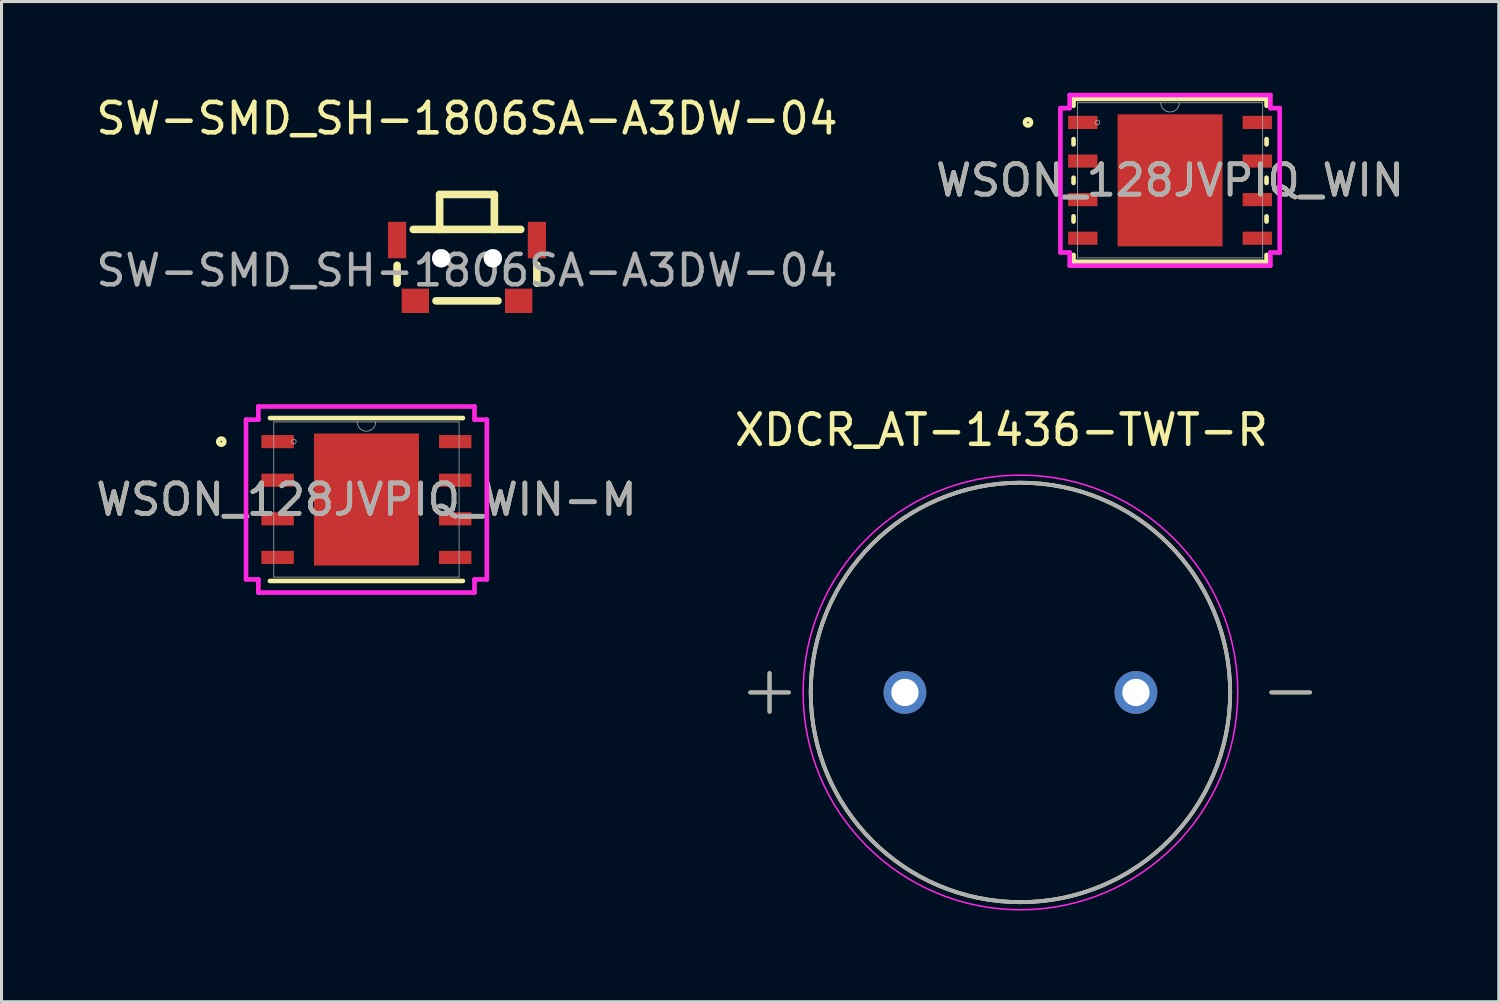
<source format=kicad_pcb>
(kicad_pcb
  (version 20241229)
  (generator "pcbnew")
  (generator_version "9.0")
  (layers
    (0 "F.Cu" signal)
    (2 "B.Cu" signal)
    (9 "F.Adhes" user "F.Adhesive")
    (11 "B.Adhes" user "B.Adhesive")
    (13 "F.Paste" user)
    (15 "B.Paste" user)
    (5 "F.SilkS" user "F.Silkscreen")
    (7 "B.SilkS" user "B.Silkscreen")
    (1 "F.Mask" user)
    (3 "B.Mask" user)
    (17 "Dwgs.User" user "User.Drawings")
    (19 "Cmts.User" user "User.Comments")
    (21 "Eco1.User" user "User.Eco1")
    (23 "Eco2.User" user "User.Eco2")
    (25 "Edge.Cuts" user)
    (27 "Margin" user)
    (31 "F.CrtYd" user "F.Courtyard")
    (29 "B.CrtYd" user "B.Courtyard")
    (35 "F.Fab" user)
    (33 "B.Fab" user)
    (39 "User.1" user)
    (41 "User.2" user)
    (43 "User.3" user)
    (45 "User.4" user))
  (footprint "WSON_128JVPIQ_WIN-M"
    (layer "F.Cu")
    (at 9.006 13.385)
    (property "Reference" "WSON_128JVPIQ_WIN-M" (at 0 0 0) (unlocked yes) (layer "F.SilkS") (effects (font (size 1 1) (thickness 0.15))))
    (attr smd)
    (fp_line (start -3.175 2.68) (end 3.175 2.68) (stroke (width 0.152) (type solid)) (layer "F.SilkS"))
    (fp_line (start 3.175 -2.68) (end -3.175 -2.68) (stroke (width 0.152) (type solid)) (layer "F.SilkS"))
    (fp_circle (center -4.775 -1.905) (end -4.674 -1.905) (stroke (width 0.152) (type solid)) (fill no) (layer "F.SilkS"))
    (fp_poly (pts (xy -1.627 -2.072) (xy -1.627 -0.824) (xy -0.1 -0.824) (xy -0.1 -2.072)) (stroke (width 0) (type solid)) (fill yes) (layer "F.Paste"))
    (fp_poly (pts (xy -1.627 -0.624) (xy -1.627 0.624) (xy -0.1 0.624) (xy -0.1 -0.624)) (stroke (width 0) (type solid)) (fill yes) (layer "F.Paste"))
    (fp_poly (pts (xy -1.627 0.824) (xy -1.627 2.072) (xy -0.1 2.072) (xy -0.1 0.824)) (stroke (width 0) (type solid)) (fill yes) (layer "F.Paste"))
    (fp_poly (pts (xy 0.1 -2.072) (xy 0.1 -0.824) (xy 1.627 -0.824) (xy 1.627 -2.072)) (stroke (width 0) (type solid)) (fill yes) (layer "F.Paste"))
    (fp_poly (pts (xy 0.1 -0.624) (xy 0.1 0.624) (xy 1.627 0.624) (xy 1.627 -0.624)) (stroke (width 0) (type solid)) (fill yes) (layer "F.Paste"))
    (fp_poly (pts (xy 0.1 0.824) (xy 0.1 2.072) (xy 1.627 2.072) (xy 1.627 0.824)) (stroke (width 0) (type solid)) (fill yes) (layer "F.Paste"))
    (fp_line (start -3.962 -2.629) (end -3.556 -2.629) (stroke (width 0.152) (type solid)) (layer "F.CrtYd"))
    (fp_line (start -3.962 2.629) (end -3.962 -2.629) (stroke (width 0.152) (type solid)) (layer "F.CrtYd"))
    (fp_line (start -3.962 2.629) (end -3.556 2.629) (stroke (width 0.152) (type solid)) (layer "F.CrtYd"))
    (fp_line (start -3.556 -3.061) (end 3.556 -3.061) (stroke (width 0.152) (type solid)) (layer "F.CrtYd"))
    (fp_line (start -3.556 -2.629) (end -3.556 -3.061) (stroke (width 0.152) (type solid)) (layer "F.CrtYd"))
    (fp_line (start -3.556 3.061) (end -3.556 2.629) (stroke (width 0.152) (type solid)) (layer "F.CrtYd"))
    (fp_line (start 3.556 -3.061) (end 3.556 -2.629) (stroke (width 0.152) (type solid)) (layer "F.CrtYd"))
    (fp_line (start 3.556 2.629) (end 3.556 3.061) (stroke (width 0.152) (type solid)) (layer "F.CrtYd"))
    (fp_line (start 3.556 3.061) (end -3.556 3.061) (stroke (width 0.152) (type solid)) (layer "F.CrtYd"))
    (fp_line (start 3.962 -2.629) (end 3.556 -2.629) (stroke (width 0.152) (type solid)) (layer "F.CrtYd"))
    (fp_line (start 3.962 -2.629) (end 3.962 2.629) (stroke (width 0.152) (type solid)) (layer "F.CrtYd"))
    (fp_line (start 3.962 2.629) (end 3.556 2.629) (stroke (width 0.152) (type solid)) (layer "F.CrtYd"))
    (fp_line (start -3.048 -2.553) (end -3.048 2.553) (stroke (width 0.025) (type solid)) (layer "F.Fab"))
    (fp_line (start -3.048 2.553) (end 3.048 2.553) (stroke (width 0.025) (type solid)) (layer "F.Fab"))
    (fp_line (start 3.048 -2.553) (end -3.048 -2.553) (stroke (width 0.025) (type solid)) (layer "F.Fab"))
    (fp_line (start 3.048 2.553) (end 3.048 -2.553) (stroke (width 0.025) (type solid)) (layer "F.Fab"))
    (fp_arc (start 0.3048 -2.5527) (mid 0 -2.2479) (end -0.3048 -2.5527) (stroke (width 0.0254) (type solid)) (layer "F.Fab"))
    (fp_circle (center -2.388 -1.905) (end -2.311 -1.905) (stroke (width 0.025) (type solid)) (fill no) (layer "F.Fab"))
    (fp_text user "${REFERENCE}" (at 0 0 0) (unlocked yes) (layer "F.Fab") (effects (font (size 1 1) (thickness 0.15))))
    (pad "1" smd rect (at -2.921 -1.905) (size 1.067 0.432) (layers "F.Cu" "F.Mask" "F.Paste"))
    (pad "2" smd rect (at -2.921 -0.635) (size 1.067 0.432) (layers "F.Cu" "F.Mask" "F.Paste"))
    (pad "3" smd rect (at -2.921 0.635) (size 1.067 0.432) (layers "F.Cu" "F.Mask" "F.Paste"))
    (pad "4" smd rect (at -2.921 1.905) (size 1.067 0.432) (layers "F.Cu" "F.Mask" "F.Paste"))
    (pad "5" smd rect (at 2.921 1.905) (size 1.067 0.432) (layers "F.Cu" "F.Mask" "F.Paste"))
    (pad "6" smd rect (at 2.921 0.635) (size 1.067 0.432) (layers "F.Cu" "F.Mask" "F.Paste"))
    (pad "7" smd rect (at 2.921 -0.635) (size 1.067 0.432) (layers "F.Cu" "F.Mask" "F.Paste"))
    (pad "8" smd rect (at 2.921 -1.905) (size 1.067 0.432) (layers "F.Cu" "F.Mask" "F.Paste"))
    (pad "9" smd rect (at 0 0) (size 3.454 4.343) (layers "F.Cu" "F.Mask" "F.Paste")))
  (footprint "XDCR_AT-1436-TWT-R"
    (layer "F.Cu")
    (at 30.524 19.732)
    (property "Reference" "XDCR_AT-1436-TWT-R" (at -0.625 -8.635 0) (layer "F.SilkS") (effects (font (size 1 1) (thickness 0.15))))
    (attr through_hole)
    (fp_line (start -8.89 0) (end -7.62 0) (stroke (width 0.127) (type solid)) (layer "F.SilkS"))
    (fp_line (start -8.255 -0.635) (end -8.255 0.635) (stroke (width 0.127) (type solid)) (layer "F.SilkS"))
    (fp_line (start 8.255 0) (end 9.525 0) (stroke (width 0.127) (type solid)) (layer "F.SilkS"))
    (fp_circle (center 0 0) (end 6.9 0) (stroke (width 0.127) (type solid)) (fill no) (layer "F.SilkS"))
    (fp_circle (center 0 0) (end 7.15 0) (stroke (width 0.05) (type solid)) (fill no) (layer "F.CrtYd"))
    (fp_line (start -8.89 0) (end -7.62 0) (stroke (width 0.127) (type solid)) (layer "F.Fab"))
    (fp_line (start -8.255 -0.635) (end -8.255 0.635) (stroke (width 0.127) (type solid)) (layer "F.Fab"))
    (fp_line (start 8.255 0) (end 9.525 0) (stroke (width 0.127) (type solid)) (layer "F.Fab"))
    (fp_circle (center 0 0) (end 6.9 0) (stroke (width 0.127) (type solid)) (fill no) (layer "F.Fab"))
    (pad "N" thru_hole circle (at 3.8 0) (size 1.408 1.408) (drill 0.9) (layers "*.Cu" "*.Mask"))
    (pad "P" thru_hole circle (at -3.8 0) (size 1.408 1.408) (drill 0.9) (layers "*.Cu" "*.Mask")))
  (footprint "SW-SMD_SH-1806SA-A3DW-04"
    (layer "F.Cu")
    (at 12.315 5.848)
    (property "Reference" "SW-SMD_SH-1806SA-A3DW-04" (at 0 -5 0) (layer "F.SilkS") (effects (font (size 1 1) (thickness 0.15))))
    (attr through_hole)
    (fp_line (start -2.3 0.42) (end -2.3 -0.17) (stroke (width 0.25) (type solid)) (layer "F.SilkS"))
    (fp_line (start -1.77 -1.35) (end 1.77 -1.35) (stroke (width 0.25) (type solid)) (layer "F.SilkS"))
    (fp_line (start -1.02 1) (end 1.02 1) (stroke (width 0.25) (type solid)) (layer "F.SilkS"))
    (fp_line (start -0.9 -2.5) (end 0.9 -2.5) (stroke (width 0.25) (type solid)) (layer "F.SilkS"))
    (fp_line (start -0.9 -1.35) (end -0.9 -2.5) (stroke (width 0.25) (type solid)) (layer "F.SilkS"))
    (fp_line (start 0.9 -1.35) (end 0.9 -2.5) (stroke (width 0.25) (type solid)) (layer "F.SilkS"))
    (fp_line (start 2.3 0.42) (end 2.3 -0.17) (stroke (width 0.25) (type solid)) (layer "F.SilkS"))
    (fp_text user "${REFERENCE}" (at 0 0 0) (layer "F.Fab") (effects (font (size 1 1) (thickness 0.15))))
    (pad "" thru_hole circle (at -0.85 -0.4) (size 0.6 0.6) (drill 0.6) (layers "*.Cu" "*.Mask"))
    (pad "" thru_hole circle (at 0.85 -0.4) (size 0.6 0.6) (drill 0.6) (layers "*.Cu" "*.Mask"))
    (pad "1" smd rect (at -1.7 1) (size 0.9 0.8) (layers "F.Cu" "F.Mask" "F.Paste"))
    (pad "2" smd rect (at 1.7 1) (size 0.9 0.8) (layers "F.Cu" "F.Mask" "F.Paste"))
    (pad "3" smd rect (at 2.3 -1) (size 0.6 1.2) (layers "F.Cu" "F.Mask" "F.Paste"))
    (pad "4" smd rect (at -2.3 -1) (size 0.6 1.2) (layers "F.Cu" "F.Mask" "F.Paste")))
  (footprint "WSON_128JVPIQ_WIN"
    (layer "F.Cu")
    (at 35.446 2.883)
    (property "Reference" "WSON_128JVPIQ_WIN" (at 0 0 0) (unlocked yes) (layer "F.SilkS") (effects (font (size 1 1) (thickness 0.15))))
    (attr smd)
    (fp_line (start -3.175 -2.68) (end -3.175 -2.454) (stroke (width 0.152) (type solid)) (layer "F.SilkS"))
    (fp_line (start -3.175 -1.356) (end -3.175 -1.184) (stroke (width 0.152) (type solid)) (layer "F.SilkS"))
    (fp_line (start -3.175 -0.086) (end -3.175 0.086) (stroke (width 0.152) (type solid)) (layer "F.SilkS"))
    (fp_line (start -3.175 1.184) (end -3.175 1.356) (stroke (width 0.152) (type solid)) (layer "F.SilkS"))
    (fp_line (start -3.175 2.454) (end -3.175 2.68) (stroke (width 0.152) (type solid)) (layer "F.SilkS"))
    (fp_line (start -3.175 2.68) (end 3.175 2.68) (stroke (width 0.152) (type solid)) (layer "F.SilkS"))
    (fp_line (start 3.175 -2.68) (end -3.175 -2.68) (stroke (width 0.152) (type solid)) (layer "F.SilkS"))
    (fp_line (start 3.175 -2.454) (end 3.175 -2.68) (stroke (width 0.152) (type solid)) (layer "F.SilkS"))
    (fp_line (start 3.175 -1.184) (end 3.175 -1.356) (stroke (width 0.152) (type solid)) (layer "F.SilkS"))
    (fp_line (start 3.175 0.086) (end 3.175 -0.086) (stroke (width 0.152) (type solid)) (layer "F.SilkS"))
    (fp_line (start 3.175 1.356) (end 3.175 1.184) (stroke (width 0.152) (type solid)) (layer "F.SilkS"))
    (fp_line (start 3.175 2.68) (end 3.175 2.454) (stroke (width 0.152) (type solid)) (layer "F.SilkS"))
    (fp_circle (center -4.674 -1.905) (end -4.572 -1.905) (stroke (width 0.152) (type solid)) (fill no) (layer "F.SilkS"))
    (fp_poly (pts (xy -1.627 -2.072) (xy -1.627 -0.824) (xy -0.1 -0.824) (xy -0.1 -2.072)) (stroke (width 0) (type solid)) (fill yes) (layer "F.Paste"))
    (fp_poly (pts (xy -1.627 -0.624) (xy -1.627 0.624) (xy -0.1 0.624) (xy -0.1 -0.624)) (stroke (width 0) (type solid)) (fill yes) (layer "F.Paste"))
    (fp_poly (pts (xy -1.627 0.824) (xy -1.627 2.072) (xy -0.1 2.072) (xy -0.1 0.824)) (stroke (width 0) (type solid)) (fill yes) (layer "F.Paste"))
    (fp_poly (pts (xy 0.1 -2.072) (xy 0.1 -0.824) (xy 1.627 -0.824) (xy 1.627 -2.072)) (stroke (width 0) (type solid)) (fill yes) (layer "F.Paste"))
    (fp_poly (pts (xy 0.1 -0.624) (xy 0.1 0.624) (xy 1.627 0.624) (xy 1.627 -0.624)) (stroke (width 0) (type solid)) (fill yes) (layer "F.Paste"))
    (fp_poly (pts (xy 0.1 0.824) (xy 0.1 2.072) (xy 1.627 2.072) (xy 1.627 0.824)) (stroke (width 0) (type solid)) (fill yes) (layer "F.Paste"))
    (fp_line (start -3.607 -2.375) (end -3.302 -2.375) (stroke (width 0.152) (type solid)) (layer "F.CrtYd"))
    (fp_line (start -3.607 2.375) (end -3.607 -2.375) (stroke (width 0.152) (type solid)) (layer "F.CrtYd"))
    (fp_line (start -3.607 2.375) (end -3.302 2.375) (stroke (width 0.152) (type solid)) (layer "F.CrtYd"))
    (fp_line (start -3.302 -2.807) (end 3.302 -2.807) (stroke (width 0.152) (type solid)) (layer "F.CrtYd"))
    (fp_line (start -3.302 -2.375) (end -3.302 -2.807) (stroke (width 0.152) (type solid)) (layer "F.CrtYd"))
    (fp_line (start -3.302 2.807) (end -3.302 2.375) (stroke (width 0.152) (type solid)) (layer "F.CrtYd"))
    (fp_line (start 3.302 -2.807) (end 3.302 -2.375) (stroke (width 0.152) (type solid)) (layer "F.CrtYd"))
    (fp_line (start 3.302 2.375) (end 3.302 2.807) (stroke (width 0.152) (type solid)) (layer "F.CrtYd"))
    (fp_line (start 3.302 2.807) (end -3.302 2.807) (stroke (width 0.152) (type solid)) (layer "F.CrtYd"))
    (fp_line (start 3.607 -2.375) (end 3.302 -2.375) (stroke (width 0.152) (type solid)) (layer "F.CrtYd"))
    (fp_line (start 3.607 -2.375) (end 3.607 2.375) (stroke (width 0.152) (type solid)) (layer "F.CrtYd"))
    (fp_line (start 3.607 2.375) (end 3.302 2.375) (stroke (width 0.152) (type solid)) (layer "F.CrtYd"))
    (fp_line (start -3.048 -2.553) (end -3.048 2.553) (stroke (width 0.025) (type solid)) (layer "F.Fab"))
    (fp_line (start -3.048 2.553) (end 3.048 2.553) (stroke (width 0.025) (type solid)) (layer "F.Fab"))
    (fp_line (start 3.048 -2.553) (end -3.048 -2.553) (stroke (width 0.025) (type solid)) (layer "F.Fab"))
    (fp_line (start 3.048 2.553) (end 3.048 -2.553) (stroke (width 0.025) (type solid)) (layer "F.Fab"))
    (fp_arc (start 0.3048 -2.5527) (mid 0 -2.2479) (end -0.3048 -2.5527) (stroke (width 0.0254) (type solid)) (layer "F.Fab"))
    (fp_circle (center -2.388 -1.905) (end -2.311 -1.905) (stroke (width 0.025) (type solid)) (fill no) (layer "F.Fab"))
    (fp_text user "${REFERENCE}" (at 0 0 0) (unlocked yes) (layer "F.Fab") (effects (font (size 1 1) (thickness 0.15))))
    (pad "1" smd rect (at -2.87 -1.905) (size 0.965 0.432) (layers "F.Cu" "F.Mask" "F.Paste"))
    (pad "2" smd rect (at -2.87 -0.635) (size 0.965 0.432) (layers "F.Cu" "F.Mask" "F.Paste"))
    (pad "3" smd rect (at -2.87 0.635) (size 0.965 0.432) (layers "F.Cu" "F.Mask" "F.Paste"))
    (pad "4" smd rect (at -2.87 1.905) (size 0.965 0.432) (layers "F.Cu" "F.Mask" "F.Paste"))
    (pad "5" smd rect (at 2.87 1.905) (size 0.965 0.432) (layers "F.Cu" "F.Mask" "F.Paste"))
    (pad "6" smd rect (at 2.87 0.635) (size 0.965 0.432) (layers "F.Cu" "F.Mask" "F.Paste"))
    (pad "7" smd rect (at 2.87 -0.635) (size 0.965 0.432) (layers "F.Cu" "F.Mask" "F.Paste"))
    (pad "8" smd rect (at 2.87 -1.905) (size 0.965 0.432) (layers "F.Cu" "F.Mask" "F.Paste"))
    (pad "9" smd rect (at 0 0) (size 3.454 4.343) (layers "F.Cu" "F.Mask" "F.Paste")))
  (gr_rect
    (start -3 -3)
    (end 46.262 29.907)
    (stroke (width 0.1) (type default))
    (fill no)
    (layer "Edge.Cuts")))
</source>
